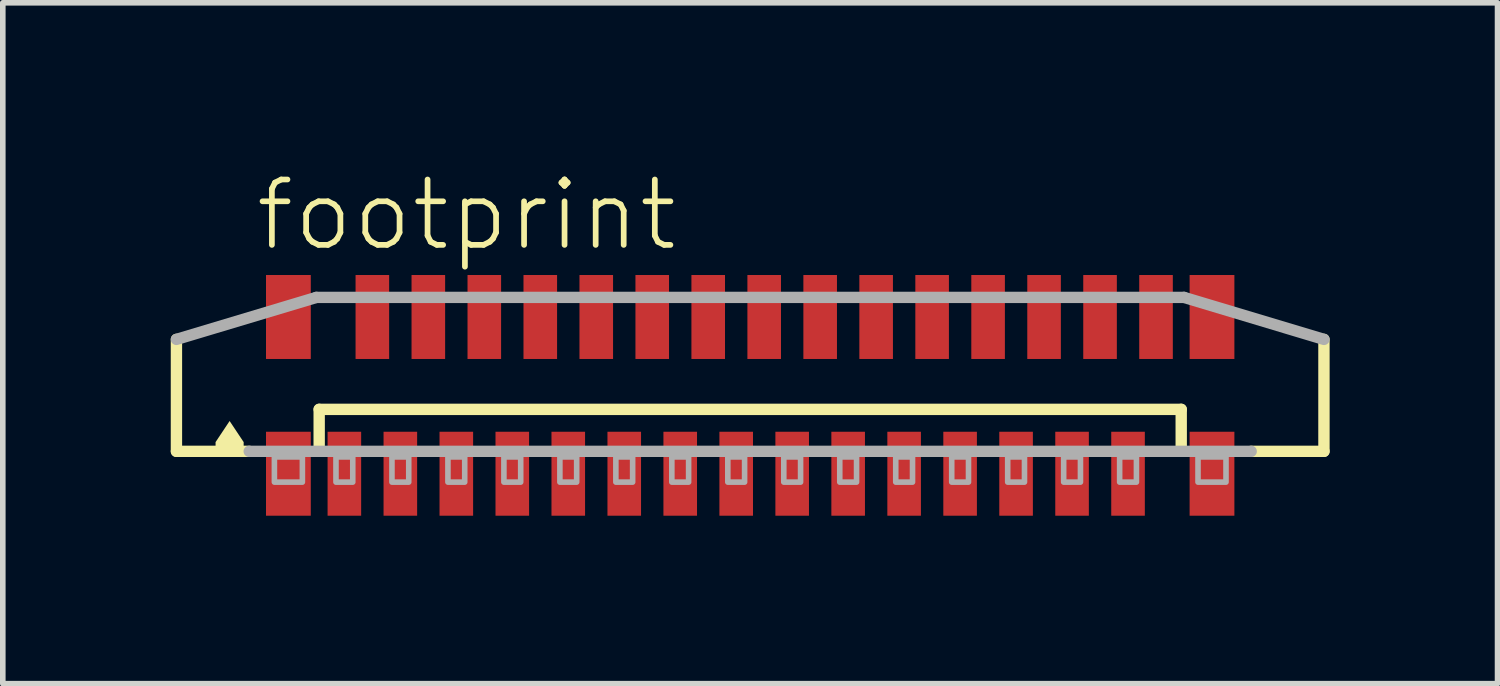
<source format=kicad_pcb>
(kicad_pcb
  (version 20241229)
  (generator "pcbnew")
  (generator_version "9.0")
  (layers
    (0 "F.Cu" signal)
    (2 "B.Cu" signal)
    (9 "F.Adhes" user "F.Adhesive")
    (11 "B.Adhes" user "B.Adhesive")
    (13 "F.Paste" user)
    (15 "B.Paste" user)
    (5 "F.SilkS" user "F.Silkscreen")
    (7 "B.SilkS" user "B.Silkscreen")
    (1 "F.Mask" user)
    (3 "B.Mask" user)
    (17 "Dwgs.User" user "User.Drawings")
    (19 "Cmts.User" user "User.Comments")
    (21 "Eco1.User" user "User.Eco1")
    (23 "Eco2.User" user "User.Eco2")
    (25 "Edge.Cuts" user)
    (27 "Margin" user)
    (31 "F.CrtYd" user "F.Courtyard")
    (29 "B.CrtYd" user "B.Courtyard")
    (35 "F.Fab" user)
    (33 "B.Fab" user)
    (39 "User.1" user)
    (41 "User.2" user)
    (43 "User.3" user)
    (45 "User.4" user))
  (footprint "footprint"
    (layer "F.Cu")
    (at 10.352 4.013)
    (property "Reference" "footprint" (at -8.89 -2.54 0) (layer "F.SilkS") (effects (font (size 1.168 1.168) (thickness 0.102)) (justify left bottom)))
    (fp_line (start -10.25 1) (end -10.25 -1) (stroke (width 0.203) (type solid)) (layer "F.SilkS"))
    (fp_line (start -8.95 1) (end -10.25 1) (stroke (width 0.203) (type solid)) (layer "F.SilkS"))
    (fp_line (start -7.7 0.25) (end 7.7 0.25) (stroke (width 0.203) (type solid)) (layer "F.SilkS"))
    (fp_line (start -7.7 1) (end -7.7 0.25) (stroke (width 0.203) (type solid)) (layer "F.SilkS"))
    (fp_line (start 7.7 0.25) (end 7.7 1) (stroke (width 0.203) (type solid)) (layer "F.SilkS"))
    (fp_line (start 10.25 -1) (end 10.25 1) (stroke (width 0.203) (type solid)) (layer "F.SilkS"))
    (fp_line (start 10.25 1) (end 8.95 1) (stroke (width 0.203) (type solid)) (layer "F.SilkS"))
    (fp_poly (pts (xy -9.049 0.835) (xy -9.049 1.001) (xy -9.551 1.001) (xy -9.551 0.835) (xy -9.3 0.458)) (stroke (width 0) (type solid)) (fill yes) (layer "F.SilkS"))
    (fp_line (start -10.25 -1) (end -7.75 -1.75) (stroke (width 0.203) (type solid)) (layer "F.Fab"))
    (fp_line (start -7.75 -1.75) (end 7.75 -1.75) (stroke (width 0.203) (type solid)) (layer "F.Fab"))
    (fp_line (start 7.75 -1.75) (end 10.25 -1) (stroke (width 0.203) (type solid)) (layer "F.Fab"))
    (fp_line (start 8.95 1) (end -8.95 1) (stroke (width 0.203) (type solid)) (layer "F.Fab"))
    (fp_poly (pts (xy -8.5 1.55) (xy -8 1.55) (xy -8 1.1) (xy -8.5 1.1)) (stroke (width 0.1) (type solid)) (fill no) (layer "F.Fab"))
    (fp_poly (pts (xy -7.4 1.55) (xy -7.1 1.55) (xy -7.1 1.1) (xy -7.4 1.1)) (stroke (width 0.1) (type solid)) (fill no) (layer "F.Fab"))
    (fp_poly (pts (xy -6.4 1.55) (xy -6.1 1.55) (xy -6.1 1.1) (xy -6.4 1.1)) (stroke (width 0.1) (type solid)) (fill no) (layer "F.Fab"))
    (fp_poly (pts (xy -5.4 1.55) (xy -5.1 1.55) (xy -5.1 1.1) (xy -5.4 1.1)) (stroke (width 0.1) (type solid)) (fill no) (layer "F.Fab"))
    (fp_poly (pts (xy -4.4 1.55) (xy -4.1 1.55) (xy -4.1 1.1) (xy -4.4 1.1)) (stroke (width 0.1) (type solid)) (fill no) (layer "F.Fab"))
    (fp_poly (pts (xy -3.4 1.55) (xy -3.1 1.55) (xy -3.1 1.1) (xy -3.4 1.1)) (stroke (width 0.1) (type solid)) (fill no) (layer "F.Fab"))
    (fp_poly (pts (xy -2.4 1.55) (xy -2.1 1.55) (xy -2.1 1.1) (xy -2.4 1.1)) (stroke (width 0.1) (type solid)) (fill no) (layer "F.Fab"))
    (fp_poly (pts (xy -1.4 1.55) (xy -1.1 1.55) (xy -1.1 1.1) (xy -1.4 1.1)) (stroke (width 0.1) (type solid)) (fill no) (layer "F.Fab"))
    (fp_poly (pts (xy -0.4 1.55) (xy -0.1 1.55) (xy -0.1 1.1) (xy -0.4 1.1)) (stroke (width 0.1) (type solid)) (fill no) (layer "F.Fab"))
    (fp_poly (pts (xy 0.6 1.55) (xy 0.9 1.55) (xy 0.9 1.1) (xy 0.6 1.1)) (stroke (width 0.1) (type solid)) (fill no) (layer "F.Fab"))
    (fp_poly (pts (xy 1.6 1.55) (xy 1.9 1.55) (xy 1.9 1.1) (xy 1.6 1.1)) (stroke (width 0.1) (type solid)) (fill no) (layer "F.Fab"))
    (fp_poly (pts (xy 2.6 1.55) (xy 2.9 1.55) (xy 2.9 1.1) (xy 2.6 1.1)) (stroke (width 0.1) (type solid)) (fill no) (layer "F.Fab"))
    (fp_poly (pts (xy 3.6 1.55) (xy 3.9 1.55) (xy 3.9 1.1) (xy 3.6 1.1)) (stroke (width 0.1) (type solid)) (fill no) (layer "F.Fab"))
    (fp_poly (pts (xy 4.6 1.55) (xy 4.9 1.55) (xy 4.9 1.1) (xy 4.6 1.1)) (stroke (width 0.1) (type solid)) (fill no) (layer "F.Fab"))
    (fp_poly (pts (xy 5.6 1.55) (xy 5.9 1.55) (xy 5.9 1.1) (xy 5.6 1.1)) (stroke (width 0.1) (type solid)) (fill no) (layer "F.Fab"))
    (fp_poly (pts (xy 6.6 1.55) (xy 6.9 1.55) (xy 6.9 1.1) (xy 6.6 1.1)) (stroke (width 0.1) (type solid)) (fill no) (layer "F.Fab"))
    (fp_poly (pts (xy 8 1.55) (xy 8.5 1.55) (xy 8.5 1.1) (xy 8 1.1)) (stroke (width 0.1) (type solid)) (fill no) (layer "F.Fab"))
    (pad "1" smd rect (at -7.25 1.4) (size 0.6 1.5) (layers "F.Cu" "F.Mask" "F.Paste"))
    (pad "2" smd rect (at -6.75 -1.4 180) (size 0.6 1.5) (layers "F.Cu" "F.Mask" "F.Paste"))
    (pad "3" smd rect (at -6.25 1.4) (size 0.6 1.5) (layers "F.Cu" "F.Mask" "F.Paste"))
    (pad "4" smd rect (at -5.75 -1.4 180) (size 0.6 1.5) (layers "F.Cu" "F.Mask" "F.Paste"))
    (pad "5" smd rect (at -5.25 1.4) (size 0.6 1.5) (layers "F.Cu" "F.Mask" "F.Paste"))
    (pad "6" smd rect (at -4.75 -1.4 180) (size 0.6 1.5) (layers "F.Cu" "F.Mask" "F.Paste"))
    (pad "7" smd rect (at -4.25 1.4) (size 0.6 1.5) (layers "F.Cu" "F.Mask" "F.Paste"))
    (pad "8" smd rect (at -3.75 -1.4 180) (size 0.6 1.5) (layers "F.Cu" "F.Mask" "F.Paste"))
    (pad "9" smd rect (at -3.25 1.4) (size 0.6 1.5) (layers "F.Cu" "F.Mask" "F.Paste"))
    (pad "10" smd rect (at -2.75 -1.4 180) (size 0.6 1.5) (layers "F.Cu" "F.Mask" "F.Paste"))
    (pad "11" smd rect (at -2.25 1.4) (size 0.6 1.5) (layers "F.Cu" "F.Mask" "F.Paste"))
    (pad "12" smd rect (at -1.75 -1.4 180) (size 0.6 1.5) (layers "F.Cu" "F.Mask" "F.Paste"))
    (pad "13" smd rect (at -1.25 1.4) (size 0.6 1.5) (layers "F.Cu" "F.Mask" "F.Paste"))
    (pad "14" smd rect (at -0.75 -1.4 180) (size 0.6 1.5) (layers "F.Cu" "F.Mask" "F.Paste"))
    (pad "15" smd rect (at -0.25 1.4) (size 0.6 1.5) (layers "F.Cu" "F.Mask" "F.Paste"))
    (pad "16" smd rect (at 0.25 -1.4 180) (size 0.6 1.5) (layers "F.Cu" "F.Mask" "F.Paste"))
    (pad "17" smd rect (at 0.75 1.4) (size 0.6 1.5) (layers "F.Cu" "F.Mask" "F.Paste"))
    (pad "18" smd rect (at 1.25 -1.4 180) (size 0.6 1.5) (layers "F.Cu" "F.Mask" "F.Paste"))
    (pad "19" smd rect (at 1.75 1.4) (size 0.6 1.5) (layers "F.Cu" "F.Mask" "F.Paste"))
    (pad "20" smd rect (at 2.25 -1.4 180) (size 0.6 1.5) (layers "F.Cu" "F.Mask" "F.Paste"))
    (pad "21" smd rect (at 2.75 1.4) (size 0.6 1.5) (layers "F.Cu" "F.Mask" "F.Paste"))
    (pad "22" smd rect (at 3.25 -1.4 180) (size 0.6 1.5) (layers "F.Cu" "F.Mask" "F.Paste"))
    (pad "23" smd rect (at 3.75 1.4) (size 0.6 1.5) (layers "F.Cu" "F.Mask" "F.Paste"))
    (pad "24" smd rect (at 4.25 -1.4 180) (size 0.6 1.5) (layers "F.Cu" "F.Mask" "F.Paste"))
    (pad "25" smd rect (at 4.75 1.4) (size 0.6 1.5) (layers "F.Cu" "F.Mask" "F.Paste"))
    (pad "26" smd rect (at 5.25 -1.4 180) (size 0.6 1.5) (layers "F.Cu" "F.Mask" "F.Paste"))
    (pad "27" smd rect (at 5.75 1.4) (size 0.6 1.5) (layers "F.Cu" "F.Mask" "F.Paste"))
    (pad "28" smd rect (at 6.25 -1.4 180) (size 0.6 1.5) (layers "F.Cu" "F.Mask" "F.Paste"))
    (pad "29" smd rect (at 6.75 1.4) (size 0.6 1.5) (layers "F.Cu" "F.Mask" "F.Paste"))
    (pad "30" smd rect (at 7.25 -1.4 180) (size 0.6 1.5) (layers "F.Cu" "F.Mask" "F.Paste"))
    (pad "M1" smd rect (at -8.25 1.4) (size 0.8 1.5) (layers "F.Cu" "F.Mask" "F.Paste"))
    (pad "M2" smd rect (at 8.25 1.4) (size 0.8 1.5) (layers "F.Cu" "F.Mask" "F.Paste"))
    (pad "M3" smd rect (at 8.25 -1.4 180) (size 0.8 1.5) (layers "F.Cu" "F.Mask" "F.Paste"))
    (pad "M4" smd rect (at -8.25 -1.4 180) (size 0.8 1.5) (layers "F.Cu" "F.Mask" "F.Paste")))
  (gr_rect
    (start -3 -3)
    (end 23.703 9.163)
    (stroke (width 0.1) (type default))
    (fill no)
    (layer "Edge.Cuts")))
</source>
